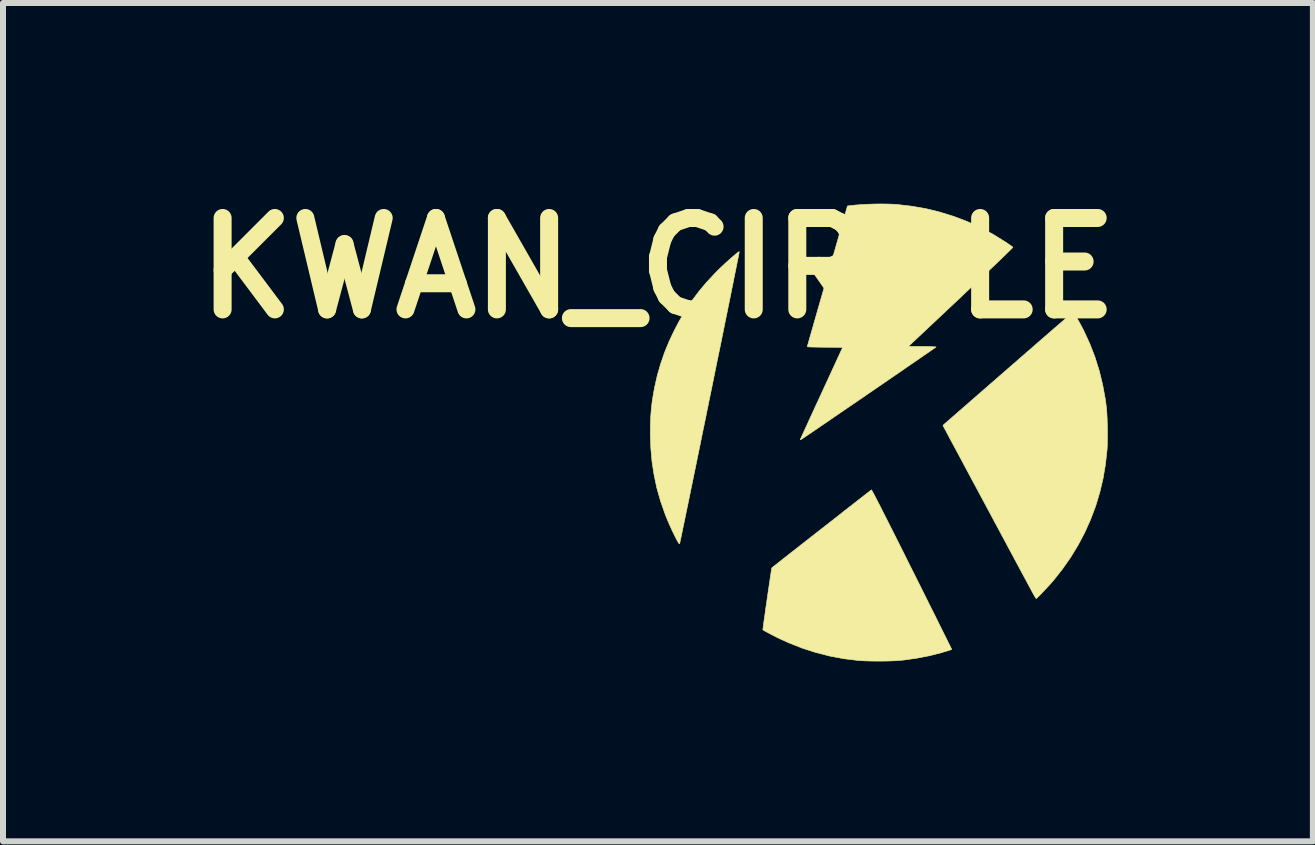
<source format=kicad_pcb>
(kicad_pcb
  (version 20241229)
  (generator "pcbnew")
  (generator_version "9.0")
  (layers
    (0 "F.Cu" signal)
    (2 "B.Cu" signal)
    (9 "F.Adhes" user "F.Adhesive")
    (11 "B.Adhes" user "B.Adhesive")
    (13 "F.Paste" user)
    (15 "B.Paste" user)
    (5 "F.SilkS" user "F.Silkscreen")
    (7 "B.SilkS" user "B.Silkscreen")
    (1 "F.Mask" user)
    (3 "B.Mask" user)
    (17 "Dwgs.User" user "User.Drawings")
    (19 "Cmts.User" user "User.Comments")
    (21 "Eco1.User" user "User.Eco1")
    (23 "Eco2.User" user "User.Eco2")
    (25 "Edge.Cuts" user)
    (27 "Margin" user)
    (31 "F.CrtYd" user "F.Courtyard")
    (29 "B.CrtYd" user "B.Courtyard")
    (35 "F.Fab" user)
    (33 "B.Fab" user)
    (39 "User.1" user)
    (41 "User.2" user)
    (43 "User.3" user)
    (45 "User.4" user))
  (footprint "KWAN_CIRCLE"
    (layer "F.Cu")
    (at 11.601 4.161)
    (property "Reference" "KWAN_CIRCLE" (at -3.683 -2.743 0) (layer "F.SilkS") (effects (font (size 1.524 1.524) (thickness 0.3))))
    (attr through_hole)
    (fp_poly (pts (xy -2.329 -3.008) (xy -2.333 -2.986) (xy -2.34 -2.951) (xy -2.349 -2.903) (xy -2.362 -2.842) (xy -2.376 -2.77) (xy -2.393 -2.687) (xy -2.412 -2.593) (xy -2.432 -2.491) (xy -2.455 -2.379) (xy -2.479 -2.259) (xy -2.505 -2.132) (xy -2.532 -1.998) (xy -2.561 -1.858) (xy -2.59 -1.712) (xy -2.621 -1.561) (xy -2.652 -1.407) (xy -2.685 -1.249) (xy -2.718 -1.088) (xy -2.751 -0.925) (xy -2.784 -0.761) (xy -2.818 -0.596) (xy -2.852 -0.431) (xy -2.885 -0.266) (xy -2.919 -0.103) (xy -2.952 0.058) (xy -2.984 0.217) (xy -3.016 0.372) (xy -3.047 0.524) (xy -3.077 0.67) (xy -3.106 0.812) (xy -3.134 0.947) (xy -3.16 1.075) (xy -3.185 1.196) (xy -3.209 1.31) (xy -3.23 1.414) (xy -3.25 1.509) (xy -3.268 1.594) (xy -3.283 1.668) (xy -3.296 1.731) (xy -3.307 1.781) (xy -3.315 1.819) (xy -3.32 1.844) (xy -3.323 1.854) (xy -3.323 1.854) (xy -3.329 1.852) (xy -3.34 1.839) (xy -3.347 1.828) (xy -3.374 1.78) (xy -3.403 1.722) (xy -3.436 1.655) (xy -3.469 1.584) (xy -3.501 1.511) (xy -3.532 1.439) (xy -3.559 1.373) (xy -3.566 1.353) (xy -3.641 1.138) (xy -3.702 0.923) (xy -3.748 0.706) (xy -3.782 0.486) (xy -3.802 0.26) (xy -3.81 0.028) (xy -3.81 0) (xy -3.808 -0.142) (xy -3.803 -0.274) (xy -3.793 -0.399) (xy -3.779 -0.522) (xy -3.759 -0.645) (xy -3.738 -0.758) (xy -3.693 -0.957) (xy -3.638 -1.147) (xy -3.574 -1.333) (xy -3.498 -1.518) (xy -3.422 -1.68) (xy -3.327 -1.862) (xy -3.227 -2.032) (xy -3.121 -2.193) (xy -3.005 -2.348) (xy -2.879 -2.499) (xy -2.74 -2.648) (xy -2.687 -2.702) (xy -2.646 -2.742) (xy -2.602 -2.784) (xy -2.557 -2.826) (xy -2.512 -2.866) (xy -2.469 -2.905) (xy -2.429 -2.939) (xy -2.394 -2.969) (xy -2.365 -2.993) (xy -2.343 -3.009) (xy -2.33 -3.016) (xy -2.328 -3.016) (xy -2.329 -3.008)) (stroke (width 0.01) (type solid)) (fill yes) (layer "F.SilkS"))
    (fp_poly (pts (xy 3.243 -2.004) (xy 3.255 -1.987) (xy 3.271 -1.961) (xy 3.291 -1.927) (xy 3.313 -1.888) (xy 3.337 -1.845) (xy 3.361 -1.801) (xy 3.384 -1.757) (xy 3.406 -1.717) (xy 3.418 -1.692) (xy 3.517 -1.477) (xy 3.602 -1.256) (xy 3.673 -1.029) (xy 3.73 -0.795) (xy 3.774 -0.554) (xy 3.792 -0.419) (xy 3.796 -0.371) (xy 3.8 -0.311) (xy 3.804 -0.241) (xy 3.806 -0.165) (xy 3.808 -0.085) (xy 3.809 -0.005) (xy 3.809 0.074) (xy 3.808 0.148) (xy 3.807 0.214) (xy 3.804 0.269) (xy 3.803 0.282) (xy 3.777 0.524) (xy 3.737 0.762) (xy 3.682 0.995) (xy 3.613 1.224) (xy 3.529 1.447) (xy 3.432 1.664) (xy 3.32 1.876) (xy 3.195 2.081) (xy 3.056 2.279) (xy 2.918 2.454) (xy 2.892 2.484) (xy 2.862 2.519) (xy 2.828 2.556) (xy 2.792 2.595) (xy 2.756 2.633) (xy 2.721 2.67) (xy 2.689 2.703) (xy 2.661 2.731) (xy 2.64 2.751) (xy 2.626 2.764) (xy 2.621 2.766) (xy 2.616 2.76) (xy 2.604 2.742) (xy 2.589 2.716) (xy 2.57 2.682) (xy 2.554 2.654) (xy 2.54 2.626) (xy 2.519 2.587) (xy 2.492 2.538) (xy 2.46 2.478) (xy 2.423 2.409) (xy 2.381 2.332) (xy 2.336 2.247) (xy 2.286 2.155) (xy 2.234 2.057) (xy 2.178 1.954) (xy 2.121 1.846) (xy 2.061 1.735) (xy 2 1.621) (xy 1.937 1.504) (xy 1.874 1.386) (xy 1.81 1.267) (xy 1.747 1.149) (xy 1.684 1.032) (xy 1.622 0.916) (xy 1.561 0.803) (xy 1.502 0.693) (xy 1.445 0.587) (xy 1.391 0.485) (xy 1.34 0.39) (xy 1.292 0.301) (xy 1.248 0.219) (xy 1.208 0.145) (xy 1.173 0.08) (xy 1.144 0.024) (xy 1.119 -0.022) (xy 1.101 -0.056) (xy 1.089 -0.079) (xy 1.083 -0.089) (xy 1.083 -0.089) (xy 1.067 -0.121) (xy 2.15 -1.065) (xy 2.261 -1.161) (xy 2.368 -1.255) (xy 2.472 -1.345) (xy 2.572 -1.432) (xy 2.667 -1.515) (xy 2.757 -1.593) (xy 2.841 -1.666) (xy 2.918 -1.733) (xy 2.989 -1.794) (xy 3.052 -1.849) (xy 3.106 -1.896) (xy 3.152 -1.936) (xy 3.189 -1.968) (xy 3.216 -1.991) (xy 3.232 -2.005) (xy 3.238 -2.01) (xy 3.243 -2.004)) (stroke (width 0.01) (type solid)) (fill yes) (layer "F.SilkS"))
    (fp_poly (pts (xy -0.121 0.96) (xy -0.111 0.977) (xy -0.095 1.006) (xy -0.073 1.047) (xy -0.046 1.1) (xy -0.012 1.165) (xy 0.028 1.243) (xy 0.073 1.333) (xy 0.126 1.436) (xy 0.184 1.552) (xy 0.249 1.68) (xy 0.32 1.822) (xy 0.398 1.977) (xy 0.482 2.146) (xy 0.548 2.278) (xy 0.615 2.411) (xy 0.68 2.541) (xy 0.743 2.667) (xy 0.803 2.788) (xy 0.86 2.903) (xy 0.915 3.011) (xy 0.965 3.113) (xy 1.012 3.208) (xy 1.055 3.294) (xy 1.093 3.371) (xy 1.127 3.439) (xy 1.155 3.496) (xy 1.179 3.543) (xy 1.196 3.578) (xy 1.207 3.601) (xy 1.212 3.611) (xy 1.212 3.611) (xy 1.211 3.614) (xy 1.206 3.617) (xy 1.197 3.621) (xy 1.18 3.627) (xy 1.155 3.635) (xy 1.12 3.645) (xy 1.072 3.659) (xy 1.052 3.666) (xy 0.846 3.719) (xy 0.635 3.76) (xy 0.416 3.791) (xy 0.328 3.799) (xy 0.27 3.803) (xy 0.201 3.806) (xy 0.123 3.808) (xy 0.041 3.809) (xy -0.044 3.809) (xy -0.127 3.808) (xy -0.205 3.806) (xy -0.274 3.803) (xy -0.333 3.799) (xy -0.339 3.799) (xy -0.58 3.77) (xy -0.816 3.726) (xy -1.048 3.667) (xy -1.275 3.594) (xy -1.499 3.506) (xy -1.66 3.433) (xy -1.703 3.412) (xy -1.748 3.389) (xy -1.794 3.365) (xy -1.837 3.343) (xy -1.875 3.322) (xy -1.907 3.305) (xy -1.928 3.292) (xy -1.934 3.288) (xy -1.934 3.28) (xy -1.931 3.259) (xy -1.927 3.225) (xy -1.921 3.181) (xy -1.914 3.128) (xy -1.905 3.068) (xy -1.896 3.001) (xy -1.886 2.929) (xy -1.875 2.855) (xy -1.864 2.779) (xy -1.853 2.702) (xy -1.842 2.627) (xy -1.831 2.555) (xy -1.821 2.487) (xy -1.812 2.425) (xy -1.804 2.371) (xy -1.797 2.325) (xy -1.791 2.289) (xy -1.787 2.266) (xy -1.785 2.255) (xy -1.785 2.255) (xy -1.776 2.248) (xy -1.757 2.232) (xy -1.727 2.209) (xy -1.688 2.178) (xy -1.641 2.141) (xy -1.586 2.097) (xy -1.524 2.049) (xy -1.456 1.995) (xy -1.382 1.938) (xy -1.305 1.877) (xy -1.224 1.814) (xy -1.14 1.748) (xy -1.055 1.681) (xy -0.969 1.614) (xy -0.882 1.546) (xy -0.796 1.479) (xy -0.712 1.413) (xy -0.63 1.349) (xy -0.552 1.287) (xy -0.477 1.229) (xy -0.407 1.174) (xy -0.343 1.124) (xy -0.286 1.08) (xy -0.236 1.041) (xy -0.194 1.008) (xy -0.161 0.983) (xy -0.139 0.965) (xy -0.127 0.956) (xy -0.125 0.955) (xy -0.121 0.96)) (stroke (width 0.01) (type solid)) (fill yes) (layer "F.SilkS"))
    (fp_poly (pts (xy 0.134 -3.81) (xy 0.227 -3.807) (xy 0.301 -3.802) (xy 0.545 -3.774) (xy 0.785 -3.732) (xy 1.018 -3.675) (xy 1.247 -3.604) (xy 1.47 -3.519) (xy 1.688 -3.42) (xy 1.901 -3.306) (xy 2.108 -3.178) (xy 2.116 -3.173) (xy 2.152 -3.148) (xy 2.184 -3.126) (xy 2.21 -3.108) (xy 2.226 -3.096) (xy 2.232 -3.091) (xy 2.23 -3.087) (xy 2.222 -3.077) (xy 2.207 -3.061) (xy 2.185 -3.039) (xy 2.155 -3.01) (xy 2.118 -2.974) (xy 2.073 -2.93) (xy 2.02 -2.878) (xy 1.958 -2.819) (xy 1.886 -2.751) (xy 1.806 -2.675) (xy 1.715 -2.589) (xy 1.615 -2.494) (xy 1.504 -2.39) (xy 1.382 -2.275) (xy 1.366 -2.259) (xy 0.492 -1.437) (xy 0.722 -1.434) (xy 0.78 -1.434) (xy 0.832 -1.433) (xy 0.877 -1.432) (xy 0.913 -1.43) (xy 0.939 -1.429) (xy 0.951 -1.427) (xy 0.952 -1.427) (xy 0.946 -1.422) (xy 0.928 -1.41) (xy 0.899 -1.389) (xy 0.86 -1.362) (xy 0.811 -1.328) (xy 0.753 -1.289) (xy 0.688 -1.243) (xy 0.615 -1.193) (xy 0.536 -1.139) (xy 0.451 -1.081) (xy 0.362 -1.019) (xy 0.268 -0.955) (xy 0.171 -0.888) (xy 0.071 -0.819) (xy -0.031 -0.75) (xy -0.133 -0.679) (xy -0.236 -0.609) (xy -0.338 -0.539) (xy -0.439 -0.47) (xy -0.539 -0.402) (xy -0.635 -0.336) (xy -0.727 -0.273) (xy -0.816 -0.212) (xy -0.899 -0.155) (xy -0.976 -0.103) (xy -1.047 -0.054) (xy -1.11 -0.011) (xy -1.165 0.026) (xy -1.211 0.057) (xy -1.247 0.082) (xy -1.273 0.099) (xy -1.288 0.109) (xy -1.288 0.109) (xy -1.303 0.117) (xy -1.311 0.118) (xy -1.311 0.117) (xy -1.308 0.109) (xy -1.299 0.089) (xy -1.284 0.056) (xy -1.264 0.012) (xy -1.239 -0.042) (xy -1.21 -0.105) (xy -1.177 -0.177) (xy -1.141 -0.257) (xy -1.101 -0.343) (xy -1.059 -0.435) (xy -1.014 -0.532) (xy -0.967 -0.633) (xy -0.957 -0.655) (xy -0.604 -1.421) (xy -0.901 -1.423) (xy -0.979 -1.424) (xy -1.043 -1.425) (xy -1.094 -1.426) (xy -1.133 -1.427) (xy -1.162 -1.428) (xy -1.181 -1.43) (xy -1.191 -1.432) (xy -1.195 -1.434) (xy -1.194 -1.435) (xy -1.192 -1.443) (xy -1.186 -1.465) (xy -1.175 -1.5) (xy -1.162 -1.548) (xy -1.145 -1.607) (xy -1.125 -1.677) (xy -1.102 -1.756) (xy -1.077 -1.845) (xy -1.049 -1.942) (xy -1.019 -2.047) (xy -0.987 -2.159) (xy -0.953 -2.276) (xy -0.918 -2.399) (xy -0.882 -2.526) (xy -0.858 -2.611) (xy -0.524 -3.778) (xy -0.481 -3.783) (xy -0.389 -3.793) (xy -0.288 -3.8) (xy -0.182 -3.806) (xy -0.074 -3.81) (xy 0.033 -3.811) (xy 0.134 -3.81)) (stroke (width 0.01) (type solid)) (fill yes) (layer "F.SilkS")))
  (gr_rect
    (start -3 -3)
    (end 18.835 10.975)
    (stroke (width 0.1) (type default))
    (fill no)
    (layer "Edge.Cuts")))
</source>
